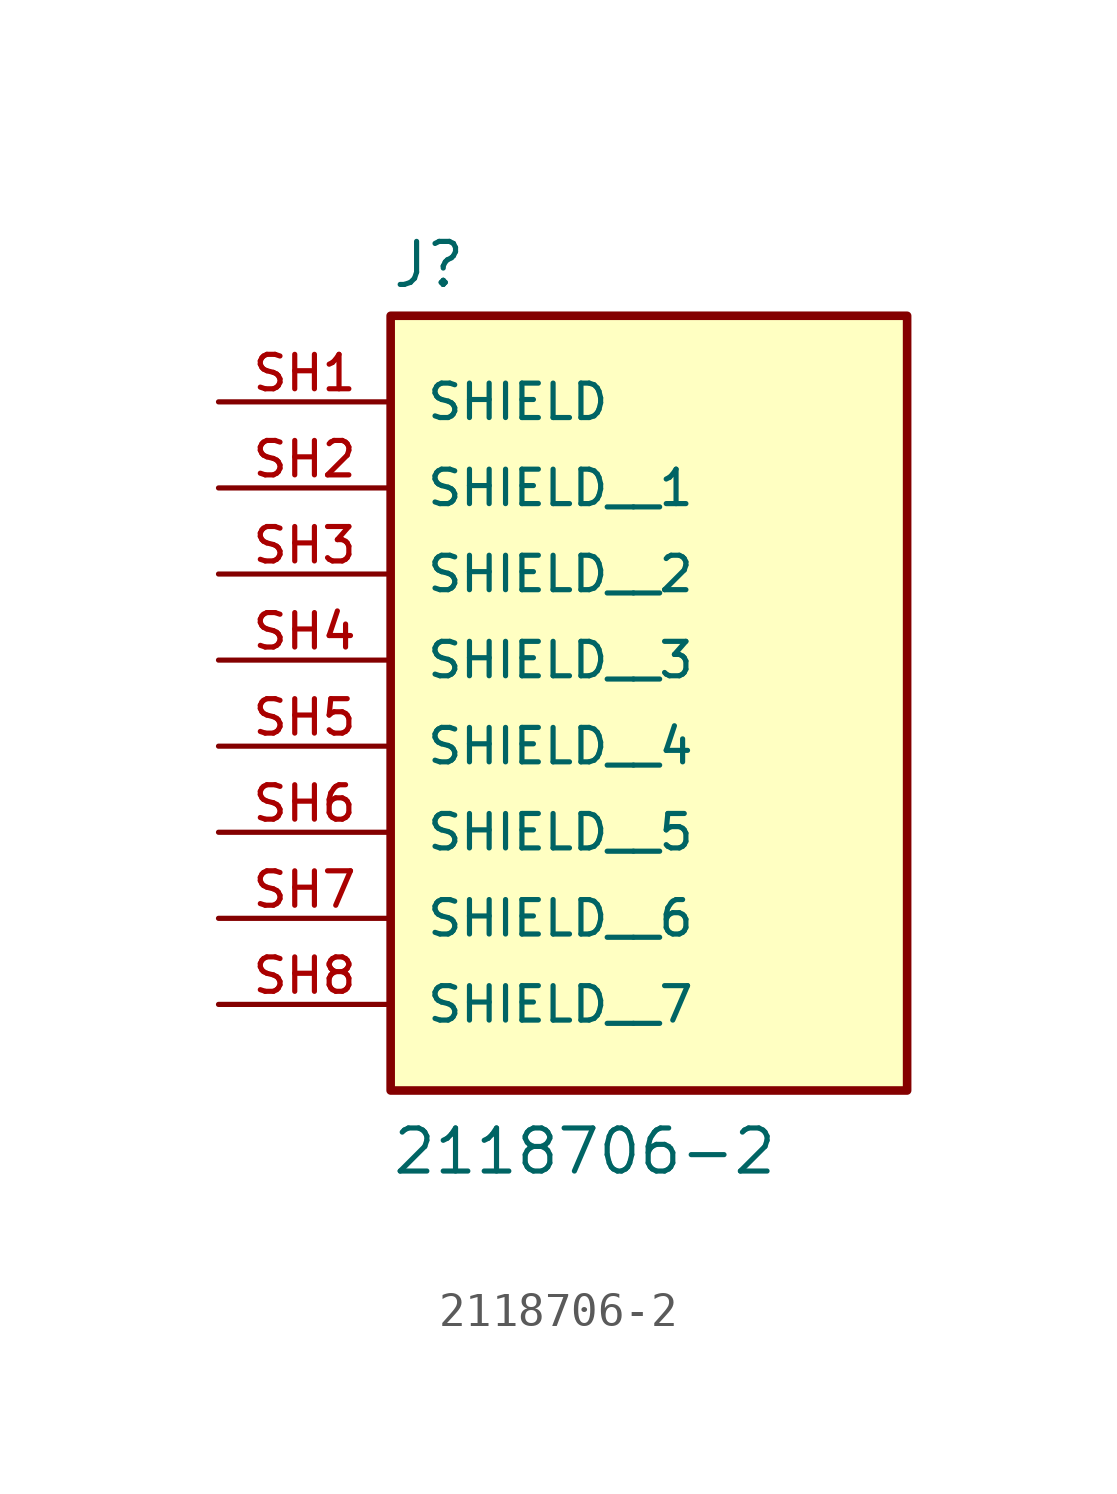
<source format=kicad_sym>
(kicad_symbol_lib
  (version 20211014)
  (generator kicad_symbol_editor)
  (symbol "2118706-2"
    (pin_names
      (offset 1.016))
    (property "Reference" "J"
      (at -7.62 3.302 0)
      (effects (font (size 1.27 1.27)) (justify bottom left)))
    (property "Value" "2118706-2"
      (at -7.62 -22.86 0)
      (effects (font (size 1.27 1.27)) (justify bottom left)))
    (symbol "2118706-2_0_0"
      (rectangle (start -7.62 -20.32) (end 7.62 2.54) (stroke (width 0.254)) (fill (type background)))
      (pin passive line (at -12.7 0.0 0) (length 5.08) (name "SHIELD" (effects (font (size 1.016 1.016)))) (number "SH1" (effects (font (size 1.016 1.016)))))
      (pin passive line (at -12.7 -2.54 0) (length 5.08) (name "SHIELD__1" (effects (font (size 1.016 1.016)))) (number "SH2" (effects (font (size 1.016 1.016)))))
      (pin passive line (at -12.7 -5.08 0) (length 5.08) (name "SHIELD__2" (effects (font (size 1.016 1.016)))) (number "SH3" (effects (font (size 1.016 1.016)))))
      (pin passive line (at -12.7 -7.62 0) (length 5.08) (name "SHIELD__3" (effects (font (size 1.016 1.016)))) (number "SH4" (effects (font (size 1.016 1.016)))))
      (pin passive line (at -12.7 -10.16 0) (length 5.08) (name "SHIELD__4" (effects (font (size 1.016 1.016)))) (number "SH5" (effects (font (size 1.016 1.016)))))
      (pin passive line (at -12.7 -12.7 0) (length 5.08) (name "SHIELD__5" (effects (font (size 1.016 1.016)))) (number "SH6" (effects (font (size 1.016 1.016)))))
      (pin passive line (at -12.7 -15.24 0) (length 5.08) (name "SHIELD__6" (effects (font (size 1.016 1.016)))) (number "SH7" (effects (font (size 1.016 1.016)))))
      (pin passive line (at -12.7 -17.78 0) (length 5.08) (name "SHIELD__7" (effects (font (size 1.016 1.016)))) (number "SH8" (effects (font (size 1.016 1.016))))))))
</source>
